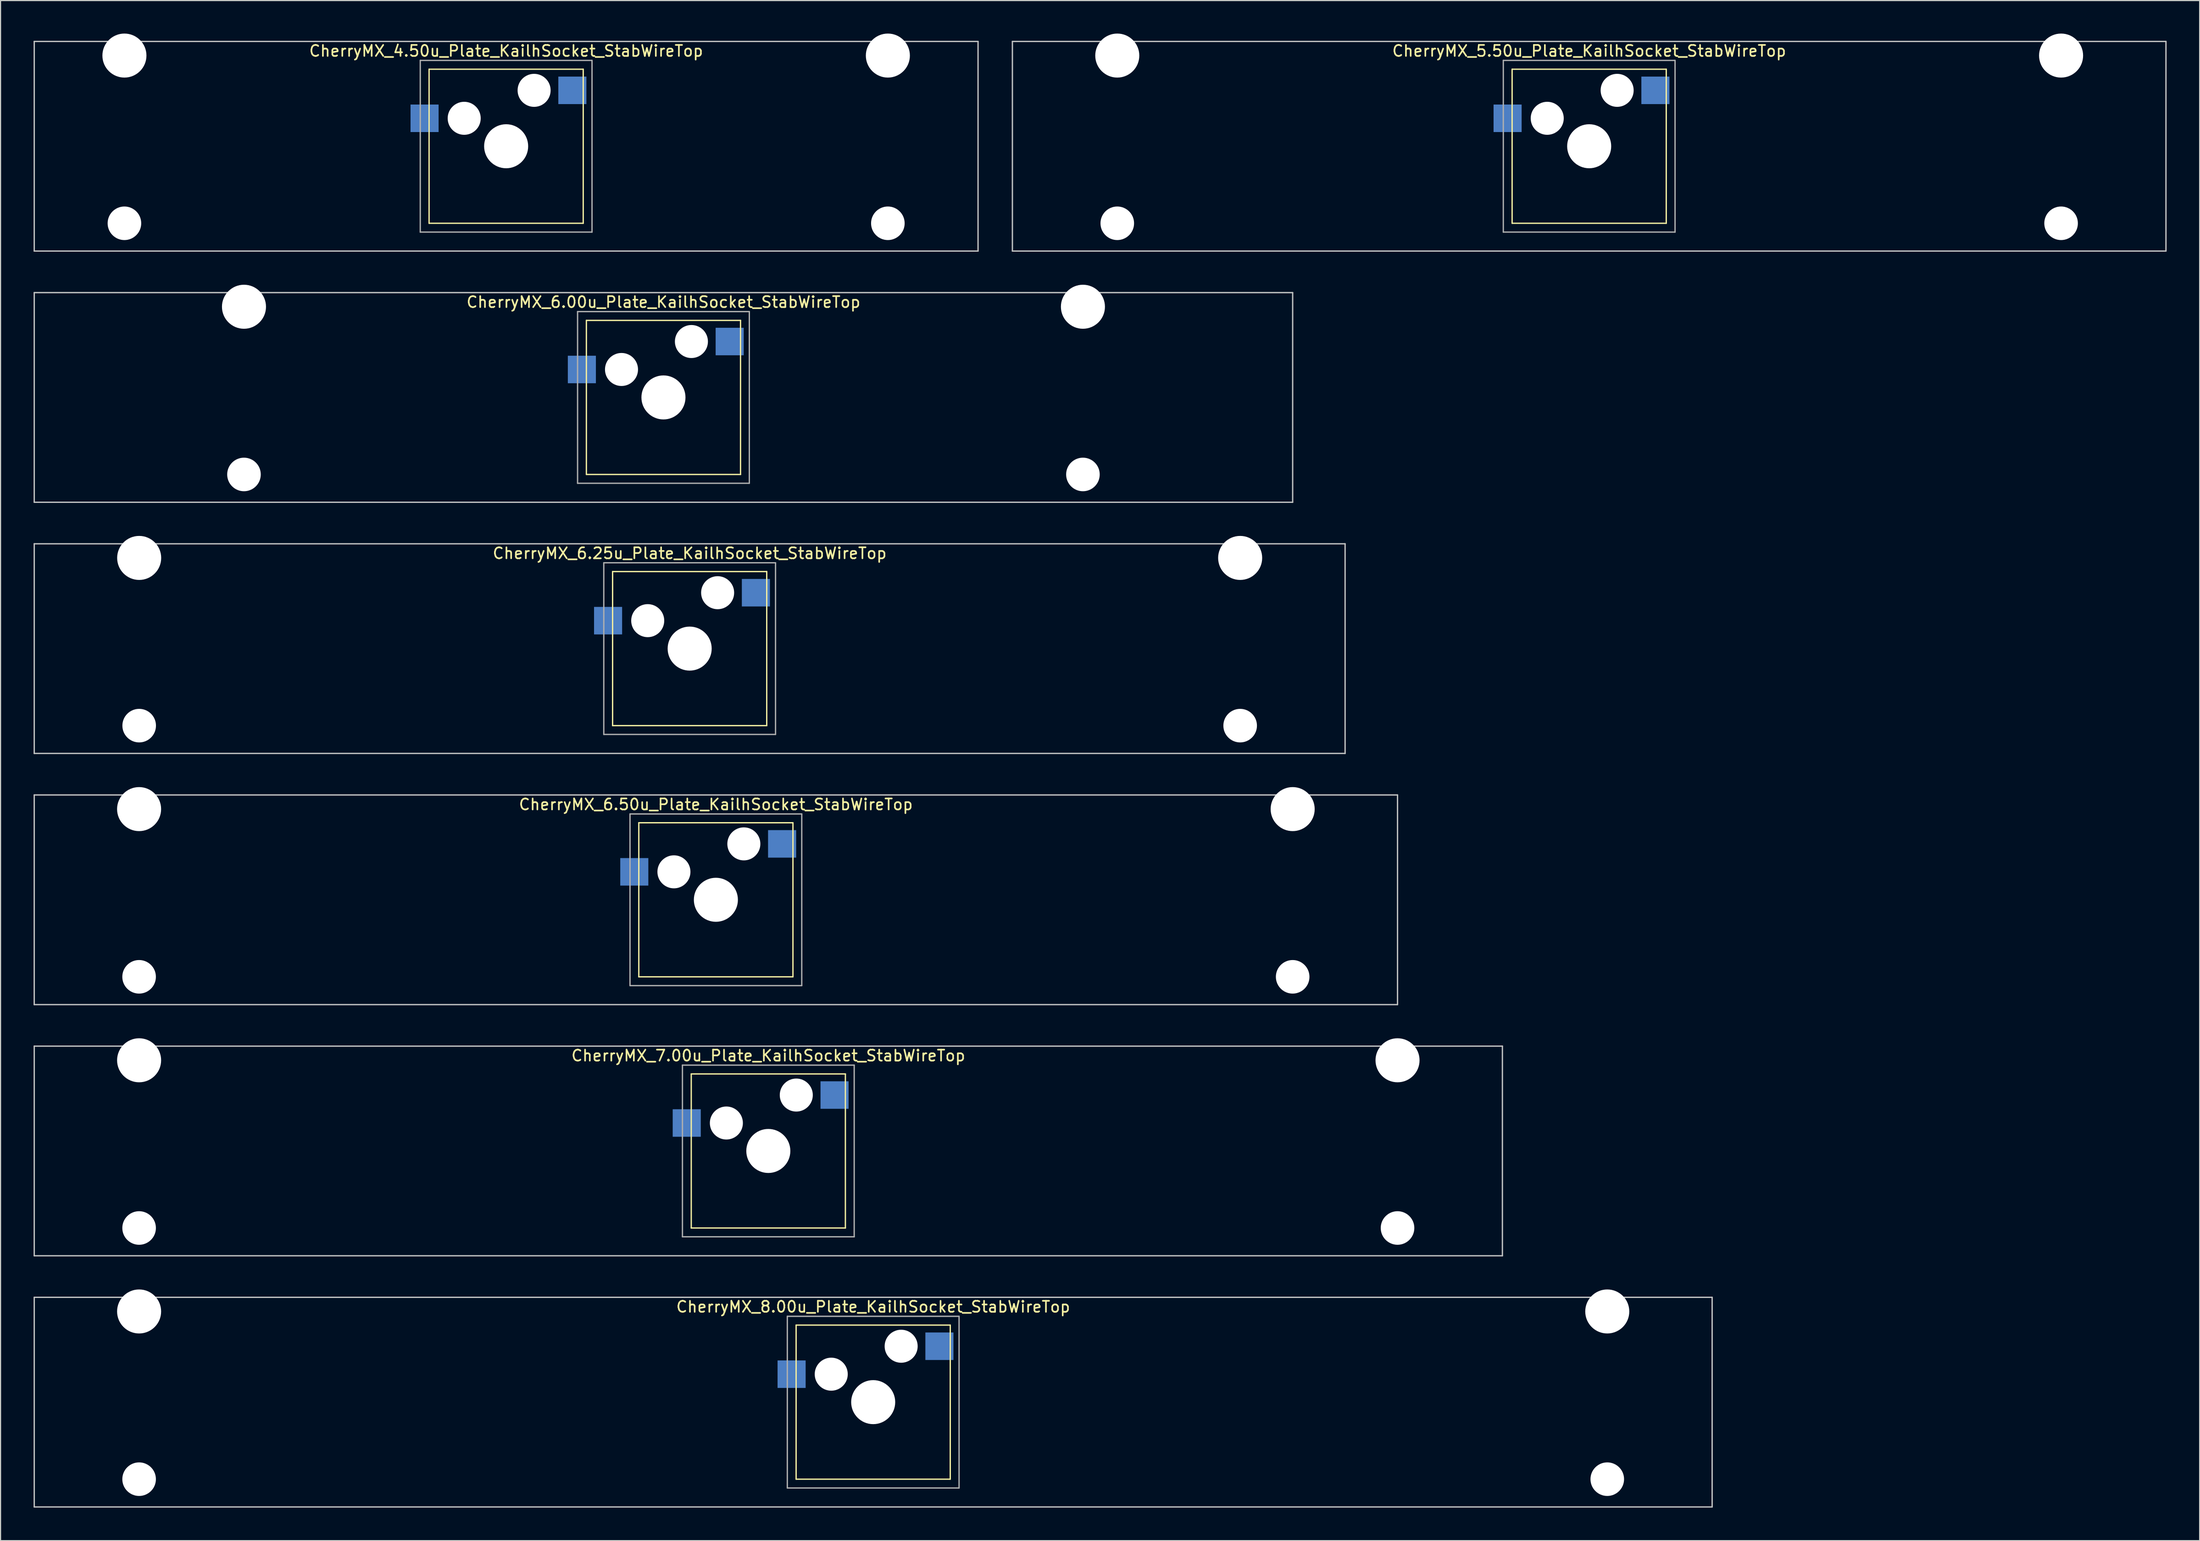
<source format=kicad_pcb>
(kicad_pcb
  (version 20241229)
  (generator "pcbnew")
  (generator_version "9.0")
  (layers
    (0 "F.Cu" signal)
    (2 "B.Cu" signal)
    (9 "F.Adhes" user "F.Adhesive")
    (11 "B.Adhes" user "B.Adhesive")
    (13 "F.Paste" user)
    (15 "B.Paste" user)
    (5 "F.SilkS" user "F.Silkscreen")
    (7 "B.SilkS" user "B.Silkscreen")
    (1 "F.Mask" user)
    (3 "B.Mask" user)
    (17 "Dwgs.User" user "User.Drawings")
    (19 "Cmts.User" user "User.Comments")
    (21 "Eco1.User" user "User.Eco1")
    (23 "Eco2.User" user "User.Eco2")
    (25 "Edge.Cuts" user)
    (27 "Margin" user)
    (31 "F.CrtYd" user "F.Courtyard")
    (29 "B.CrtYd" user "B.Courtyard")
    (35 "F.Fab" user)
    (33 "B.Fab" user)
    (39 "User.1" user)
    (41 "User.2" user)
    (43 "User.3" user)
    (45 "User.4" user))
  (footprint "CherryMX_6.25u_Plate_KailhSocket_StabWireTop"
    (layer "F.Cu")
    (at 59.591 55.89)
    (property "Reference" "CherryMX_6.25u_Plate_KailhSocket_StabWireTop" (at 0 -8.662 0) (layer "F.SilkS") (effects (font (size 1 1) (thickness 0.15))))
    (attr through_hole)
    (fp_line (start -7 -7) (end -7 7) (stroke (width 0.12) (type solid)) (layer "F.SilkS"))
    (fp_line (start -7 -7) (end 7 -7) (stroke (width 0.12) (type solid)) (layer "F.SilkS"))
    (fp_line (start 7 -7) (end 7 7) (stroke (width 0.12) (type solid)) (layer "F.SilkS"))
    (fp_line (start 7 7) (end -7 7) (stroke (width 0.12) (type solid)) (layer "F.SilkS"))
    (fp_line (start -59.531 -9.525) (end 59.531 -9.525) (stroke (width 0.12) (type solid)) (layer "Dwgs.User"))
    (fp_line (start -59.531 9.525) (end -59.531 -9.525) (stroke (width 0.12) (type solid)) (layer "Dwgs.User"))
    (fp_line (start 59.531 -9.525) (end 59.531 9.525) (stroke (width 0.12) (type solid)) (layer "Dwgs.User"))
    (fp_line (start 59.531 9.525) (end -59.531 9.525) (stroke (width 0.12) (type solid)) (layer "Dwgs.User"))
    (fp_line (start -7.8 -7.8) (end -7.8 7.8) (stroke (width 0.12) (type solid)) (layer "F.Fab"))
    (fp_line (start -7.8 -7.8) (end 7.8 -7.8) (stroke (width 0.12) (type solid)) (layer "F.Fab"))
    (fp_line (start -7.8 7.8) (end 7.8 7.8) (stroke (width 0.12) (type solid)) (layer "F.Fab"))
    (fp_line (start 7.8 -7.8) (end 7.8 7.8) (stroke (width 0.12) (type solid)) (layer "F.Fab"))
    (pad "" np_thru_hole circle (at -50 -8.24) (size 4 4) (drill 4) (layers "*.Cu" "*.Mask"))
    (pad "" np_thru_hole circle (at -50 7) (size 3.05 3.05) (drill 3.05) (layers "*.Cu" "*.Mask"))
    (pad "" np_thru_hole circle (at -3.81 -2.54) (size 3 3) (drill 3) (layers "*.Cu" "*.Mask"))
    (pad "" np_thru_hole circle (at 0 0) (size 4 4) (drill 4) (layers "*.Cu" "*.Mask"))
    (pad "" np_thru_hole circle (at 2.54 -5.08) (size 3 3) (drill 3) (layers "*.Cu" "*.Mask"))
    (pad "" np_thru_hole circle (at 50 -8.24) (size 4 4) (drill 4) (layers "*.Cu" "*.Mask"))
    (pad "" np_thru_hole circle (at 50 7) (size 3.05 3.05) (drill 3.05) (layers "*.Cu" "*.Mask"))
    (pad "1" smd rect (at -7.41 -2.54) (size 2.55 2.5) (layers "B.Cu" "B.Mask" "B.Paste"))
    (pad "2" smd rect (at 6.015 -5.08) (size 2.55 2.5) (layers "B.Cu" "B.Mask" "B.Paste")))
  (footprint "CherryMX_8.00u_Plate_KailhSocket_StabWireTop"
    (layer "F.Cu")
    (at 76.26 124.365)
    (property "Reference" "CherryMX_8.00u_Plate_KailhSocket_StabWireTop" (at 0 -8.662 0) (layer "F.SilkS") (effects (font (size 1 1) (thickness 0.15))))
    (attr through_hole)
    (fp_line (start -7 -7) (end -7 7) (stroke (width 0.12) (type solid)) (layer "F.SilkS"))
    (fp_line (start -7 -7) (end 7 -7) (stroke (width 0.12) (type solid)) (layer "F.SilkS"))
    (fp_line (start 7 -7) (end 7 7) (stroke (width 0.12) (type solid)) (layer "F.SilkS"))
    (fp_line (start 7 7) (end -7 7) (stroke (width 0.12) (type solid)) (layer "F.SilkS"))
    (fp_line (start -76.2 -9.525) (end 76.2 -9.525) (stroke (width 0.12) (type solid)) (layer "Dwgs.User"))
    (fp_line (start -76.2 9.525) (end -76.2 -9.525) (stroke (width 0.12) (type solid)) (layer "Dwgs.User"))
    (fp_line (start 76.2 -9.525) (end 76.2 9.525) (stroke (width 0.12) (type solid)) (layer "Dwgs.User"))
    (fp_line (start 76.2 9.525) (end -76.2 9.525) (stroke (width 0.12) (type solid)) (layer "Dwgs.User"))
    (fp_line (start -7.8 -7.8) (end -7.8 7.8) (stroke (width 0.12) (type solid)) (layer "F.Fab"))
    (fp_line (start -7.8 -7.8) (end 7.8 -7.8) (stroke (width 0.12) (type solid)) (layer "F.Fab"))
    (fp_line (start -7.8 7.8) (end 7.8 7.8) (stroke (width 0.12) (type solid)) (layer "F.Fab"))
    (fp_line (start 7.8 -7.8) (end 7.8 7.8) (stroke (width 0.12) (type solid)) (layer "F.Fab"))
    (pad "" np_thru_hole circle (at -66.675 -8.24) (size 4 4) (drill 4) (layers "*.Cu" "*.Mask"))
    (pad "" np_thru_hole circle (at -66.675 7) (size 3.05 3.05) (drill 3.05) (layers "*.Cu" "*.Mask"))
    (pad "" np_thru_hole circle (at -3.81 -2.54) (size 3 3) (drill 3) (layers "*.Cu" "*.Mask"))
    (pad "" np_thru_hole circle (at 0 0) (size 4 4) (drill 4) (layers "*.Cu" "*.Mask"))
    (pad "" np_thru_hole circle (at 2.54 -5.08) (size 3 3) (drill 3) (layers "*.Cu" "*.Mask"))
    (pad "" np_thru_hole circle (at 66.675 -8.24) (size 4 4) (drill 4) (layers "*.Cu" "*.Mask"))
    (pad "" np_thru_hole circle (at 66.675 7) (size 3.05 3.05) (drill 3.05) (layers "*.Cu" "*.Mask"))
    (pad "1" smd rect (at -7.41 -2.54) (size 2.55 2.5) (layers "B.Cu" "B.Mask" "B.Paste"))
    (pad "2" smd rect (at 6.015 -5.08) (size 2.55 2.5) (layers "B.Cu" "B.Mask" "B.Paste")))
  (footprint "CherryMX_6.00u_Plate_KailhSocket_StabWireTop"
    (layer "F.Cu")
    (at 57.21 33.065)
    (property "Reference" "CherryMX_6.00u_Plate_KailhSocket_StabWireTop" (at 0 -8.662 0) (layer "F.SilkS") (effects (font (size 1 1) (thickness 0.15))))
    (attr through_hole)
    (fp_line (start -7 -7) (end -7 7) (stroke (width 0.12) (type solid)) (layer "F.SilkS"))
    (fp_line (start -7 -7) (end 7 -7) (stroke (width 0.12) (type solid)) (layer "F.SilkS"))
    (fp_line (start 7 -7) (end 7 7) (stroke (width 0.12) (type solid)) (layer "F.SilkS"))
    (fp_line (start 7 7) (end -7 7) (stroke (width 0.12) (type solid)) (layer "F.SilkS"))
    (fp_line (start -57.15 -9.525) (end 57.15 -9.525) (stroke (width 0.12) (type solid)) (layer "Dwgs.User"))
    (fp_line (start -57.15 9.525) (end -57.15 -9.525) (stroke (width 0.12) (type solid)) (layer "Dwgs.User"))
    (fp_line (start 57.15 -9.525) (end 57.15 9.525) (stroke (width 0.12) (type solid)) (layer "Dwgs.User"))
    (fp_line (start 57.15 9.525) (end -57.15 9.525) (stroke (width 0.12) (type solid)) (layer "Dwgs.User"))
    (fp_line (start -7.8 -7.8) (end -7.8 7.8) (stroke (width 0.12) (type solid)) (layer "F.Fab"))
    (fp_line (start -7.8 -7.8) (end 7.8 -7.8) (stroke (width 0.12) (type solid)) (layer "F.Fab"))
    (fp_line (start -7.8 7.8) (end 7.8 7.8) (stroke (width 0.12) (type solid)) (layer "F.Fab"))
    (fp_line (start 7.8 -7.8) (end 7.8 7.8) (stroke (width 0.12) (type solid)) (layer "F.Fab"))
    (pad "" np_thru_hole circle (at -38.1 -8.24) (size 4 4) (drill 4) (layers "*.Cu" "*.Mask"))
    (pad "" np_thru_hole circle (at -38.1 7) (size 3.05 3.05) (drill 3.05) (layers "*.Cu" "*.Mask"))
    (pad "" np_thru_hole circle (at -3.81 -2.54) (size 3 3) (drill 3) (layers "*.Cu" "*.Mask"))
    (pad "" np_thru_hole circle (at 0 0) (size 4 4) (drill 4) (layers "*.Cu" "*.Mask"))
    (pad "" np_thru_hole circle (at 2.54 -5.08) (size 3 3) (drill 3) (layers "*.Cu" "*.Mask"))
    (pad "" np_thru_hole circle (at 38.1 -8.24) (size 4 4) (drill 4) (layers "*.Cu" "*.Mask"))
    (pad "" np_thru_hole circle (at 38.1 7) (size 3.05 3.05) (drill 3.05) (layers "*.Cu" "*.Mask"))
    (pad "1" smd rect (at -7.41 -2.54) (size 2.55 2.5) (layers "B.Cu" "B.Mask" "B.Paste"))
    (pad "2" smd rect (at 6.015 -5.08) (size 2.55 2.5) (layers "B.Cu" "B.Mask" "B.Paste")))
  (footprint "CherryMX_4.50u_Plate_KailhSocket_StabWireTop"
    (layer "F.Cu")
    (at 42.922 10.24)
    (property "Reference" "CherryMX_4.50u_Plate_KailhSocket_StabWireTop" (at 0 -8.662 0) (layer "F.SilkS") (effects (font (size 1 1) (thickness 0.15))))
    (attr through_hole)
    (fp_line (start -7 -7) (end -7 7) (stroke (width 0.12) (type solid)) (layer "F.SilkS"))
    (fp_line (start -7 -7) (end 7 -7) (stroke (width 0.12) (type solid)) (layer "F.SilkS"))
    (fp_line (start 7 -7) (end 7 7) (stroke (width 0.12) (type solid)) (layer "F.SilkS"))
    (fp_line (start 7 7) (end -7 7) (stroke (width 0.12) (type solid)) (layer "F.SilkS"))
    (fp_line (start -42.862 -9.525) (end 42.862 -9.525) (stroke (width 0.12) (type solid)) (layer "Dwgs.User"))
    (fp_line (start -42.862 9.525) (end -42.862 -9.525) (stroke (width 0.12) (type solid)) (layer "Dwgs.User"))
    (fp_line (start 42.862 -9.525) (end 42.862 9.525) (stroke (width 0.12) (type solid)) (layer "Dwgs.User"))
    (fp_line (start 42.862 9.525) (end -42.862 9.525) (stroke (width 0.12) (type solid)) (layer "Dwgs.User"))
    (fp_line (start -7.8 -7.8) (end -7.8 7.8) (stroke (width 0.12) (type solid)) (layer "F.Fab"))
    (fp_line (start -7.8 -7.8) (end 7.8 -7.8) (stroke (width 0.12) (type solid)) (layer "F.Fab"))
    (fp_line (start -7.8 7.8) (end 7.8 7.8) (stroke (width 0.12) (type solid)) (layer "F.Fab"))
    (fp_line (start 7.8 -7.8) (end 7.8 7.8) (stroke (width 0.12) (type solid)) (layer "F.Fab"))
    (pad "" np_thru_hole circle (at -34.671 -8.24) (size 4 4) (drill 4) (layers "*.Cu" "*.Mask"))
    (pad "" np_thru_hole circle (at -34.671 7) (size 3.05 3.05) (drill 3.05) (layers "*.Cu" "*.Mask"))
    (pad "" np_thru_hole circle (at -3.81 -2.54) (size 3 3) (drill 3) (layers "*.Cu" "*.Mask"))
    (pad "" np_thru_hole circle (at 0 0) (size 4 4) (drill 4) (layers "*.Cu" "*.Mask"))
    (pad "" np_thru_hole circle (at 2.54 -5.08) (size 3 3) (drill 3) (layers "*.Cu" "*.Mask"))
    (pad "" np_thru_hole circle (at 34.671 -8.24) (size 4 4) (drill 4) (layers "*.Cu" "*.Mask"))
    (pad "" np_thru_hole circle (at 34.671 7) (size 3.05 3.05) (drill 3.05) (layers "*.Cu" "*.Mask"))
    (pad "1" smd rect (at -7.41 -2.54) (size 2.55 2.5) (layers "B.Cu" "B.Mask" "B.Paste"))
    (pad "2" smd rect (at 6.015 -5.08) (size 2.55 2.5) (layers "B.Cu" "B.Mask" "B.Paste")))
  (footprint "CherryMX_5.50u_Plate_KailhSocket_StabWireTop"
    (layer "F.Cu")
    (at 141.292 10.24)
    (property "Reference" "CherryMX_5.50u_Plate_KailhSocket_StabWireTop" (at 0 -8.662 0) (layer "F.SilkS") (effects (font (size 1 1) (thickness 0.15))))
    (attr through_hole)
    (fp_line (start -7 -7) (end -7 7) (stroke (width 0.12) (type solid)) (layer "F.SilkS"))
    (fp_line (start -7 -7) (end 7 -7) (stroke (width 0.12) (type solid)) (layer "F.SilkS"))
    (fp_line (start 7 -7) (end 7 7) (stroke (width 0.12) (type solid)) (layer "F.SilkS"))
    (fp_line (start 7 7) (end -7 7) (stroke (width 0.12) (type solid)) (layer "F.SilkS"))
    (fp_line (start -52.388 -9.525) (end 52.388 -9.525) (stroke (width 0.12) (type solid)) (layer "Dwgs.User"))
    (fp_line (start -52.388 9.525) (end -52.388 -9.525) (stroke (width 0.12) (type solid)) (layer "Dwgs.User"))
    (fp_line (start 52.388 -9.525) (end 52.388 9.525) (stroke (width 0.12) (type solid)) (layer "Dwgs.User"))
    (fp_line (start 52.388 9.525) (end -52.388 9.525) (stroke (width 0.12) (type solid)) (layer "Dwgs.User"))
    (fp_line (start -7.8 -7.8) (end -7.8 7.8) (stroke (width 0.12) (type solid)) (layer "F.Fab"))
    (fp_line (start -7.8 -7.8) (end 7.8 -7.8) (stroke (width 0.12) (type solid)) (layer "F.Fab"))
    (fp_line (start -7.8 7.8) (end 7.8 7.8) (stroke (width 0.12) (type solid)) (layer "F.Fab"))
    (fp_line (start 7.8 -7.8) (end 7.8 7.8) (stroke (width 0.12) (type solid)) (layer "F.Fab"))
    (pad "" np_thru_hole circle (at -42.862 -8.24) (size 4 4) (drill 4) (layers "*.Cu" "*.Mask"))
    (pad "" np_thru_hole circle (at -42.862 7) (size 3.05 3.05) (drill 3.05) (layers "*.Cu" "*.Mask"))
    (pad "" np_thru_hole circle (at -3.81 -2.54) (size 3 3) (drill 3) (layers "*.Cu" "*.Mask"))
    (pad "" np_thru_hole circle (at 0 0) (size 4 4) (drill 4) (layers "*.Cu" "*.Mask"))
    (pad "" np_thru_hole circle (at 2.54 -5.08) (size 3 3) (drill 3) (layers "*.Cu" "*.Mask"))
    (pad "" np_thru_hole circle (at 42.862 -8.24) (size 4 4) (drill 4) (layers "*.Cu" "*.Mask"))
    (pad "" np_thru_hole circle (at 42.862 7) (size 3.05 3.05) (drill 3.05) (layers "*.Cu" "*.Mask"))
    (pad "1" smd rect (at -7.41 -2.54) (size 2.55 2.5) (layers "B.Cu" "B.Mask" "B.Paste"))
    (pad "2" smd rect (at 6.015 -5.08) (size 2.55 2.5) (layers "B.Cu" "B.Mask" "B.Paste")))
  (footprint "CherryMX_7.00u_Plate_KailhSocket_StabWireTop"
    (layer "F.Cu")
    (at 66.735 101.54)
    (property "Reference" "CherryMX_7.00u_Plate_KailhSocket_StabWireTop" (at 0 -8.662 0) (layer "F.SilkS") (effects (font (size 1 1) (thickness 0.15))))
    (attr through_hole)
    (fp_line (start -7 -7) (end -7 7) (stroke (width 0.12) (type solid)) (layer "F.SilkS"))
    (fp_line (start -7 -7) (end 7 -7) (stroke (width 0.12) (type solid)) (layer "F.SilkS"))
    (fp_line (start 7 -7) (end 7 7) (stroke (width 0.12) (type solid)) (layer "F.SilkS"))
    (fp_line (start 7 7) (end -7 7) (stroke (width 0.12) (type solid)) (layer "F.SilkS"))
    (fp_line (start -66.675 -9.525) (end 66.675 -9.525) (stroke (width 0.12) (type solid)) (layer "Dwgs.User"))
    (fp_line (start -66.675 9.525) (end -66.675 -9.525) (stroke (width 0.12) (type solid)) (layer "Dwgs.User"))
    (fp_line (start 66.675 -9.525) (end 66.675 9.525) (stroke (width 0.12) (type solid)) (layer "Dwgs.User"))
    (fp_line (start 66.675 9.525) (end -66.675 9.525) (stroke (width 0.12) (type solid)) (layer "Dwgs.User"))
    (fp_line (start -7.8 -7.8) (end -7.8 7.8) (stroke (width 0.12) (type solid)) (layer "F.Fab"))
    (fp_line (start -7.8 -7.8) (end 7.8 -7.8) (stroke (width 0.12) (type solid)) (layer "F.Fab"))
    (fp_line (start -7.8 7.8) (end 7.8 7.8) (stroke (width 0.12) (type solid)) (layer "F.Fab"))
    (fp_line (start 7.8 -7.8) (end 7.8 7.8) (stroke (width 0.12) (type solid)) (layer "F.Fab"))
    (pad "" np_thru_hole circle (at -57.15 -8.24) (size 4 4) (drill 4) (layers "*.Cu" "*.Mask"))
    (pad "" np_thru_hole circle (at -57.15 7) (size 3.05 3.05) (drill 3.05) (layers "*.Cu" "*.Mask"))
    (pad "" np_thru_hole circle (at -3.81 -2.54) (size 3 3) (drill 3) (layers "*.Cu" "*.Mask"))
    (pad "" np_thru_hole circle (at 0 0) (size 4 4) (drill 4) (layers "*.Cu" "*.Mask"))
    (pad "" np_thru_hole circle (at 2.54 -5.08) (size 3 3) (drill 3) (layers "*.Cu" "*.Mask"))
    (pad "" np_thru_hole circle (at 57.15 -8.24) (size 4 4) (drill 4) (layers "*.Cu" "*.Mask"))
    (pad "" np_thru_hole circle (at 57.15 7) (size 3.05 3.05) (drill 3.05) (layers "*.Cu" "*.Mask"))
    (pad "1" smd rect (at -7.41 -2.54) (size 2.55 2.5) (layers "B.Cu" "B.Mask" "B.Paste"))
    (pad "2" smd rect (at 6.015 -5.08) (size 2.55 2.5) (layers "B.Cu" "B.Mask" "B.Paste")))
  (footprint "CherryMX_6.50u_Plate_KailhSocket_StabWireTop"
    (layer "F.Cu")
    (at 61.972 78.715)
    (property "Reference" "CherryMX_6.50u_Plate_KailhSocket_StabWireTop" (at 0 -8.662 0) (layer "F.SilkS") (effects (font (size 1 1) (thickness 0.15))))
    (attr through_hole)
    (fp_line (start -7 -7) (end -7 7) (stroke (width 0.12) (type solid)) (layer "F.SilkS"))
    (fp_line (start -7 -7) (end 7 -7) (stroke (width 0.12) (type solid)) (layer "F.SilkS"))
    (fp_line (start 7 -7) (end 7 7) (stroke (width 0.12) (type solid)) (layer "F.SilkS"))
    (fp_line (start 7 7) (end -7 7) (stroke (width 0.12) (type solid)) (layer "F.SilkS"))
    (fp_line (start -61.913 -9.525) (end 61.913 -9.525) (stroke (width 0.12) (type solid)) (layer "Dwgs.User"))
    (fp_line (start -61.913 9.525) (end -61.913 -9.525) (stroke (width 0.12) (type solid)) (layer "Dwgs.User"))
    (fp_line (start 61.913 -9.525) (end 61.913 9.525) (stroke (width 0.12) (type solid)) (layer "Dwgs.User"))
    (fp_line (start 61.913 9.525) (end -61.913 9.525) (stroke (width 0.12) (type solid)) (layer "Dwgs.User"))
    (fp_line (start -7.8 -7.8) (end -7.8 7.8) (stroke (width 0.12) (type solid)) (layer "F.Fab"))
    (fp_line (start -7.8 -7.8) (end 7.8 -7.8) (stroke (width 0.12) (type solid)) (layer "F.Fab"))
    (fp_line (start -7.8 7.8) (end 7.8 7.8) (stroke (width 0.12) (type solid)) (layer "F.Fab"))
    (fp_line (start 7.8 -7.8) (end 7.8 7.8) (stroke (width 0.12) (type solid)) (layer "F.Fab"))
    (pad "" np_thru_hole circle (at -52.388 -8.24) (size 4 4) (drill 4) (layers "*.Cu" "*.Mask"))
    (pad "" np_thru_hole circle (at -52.388 7) (size 3.05 3.05) (drill 3.05) (layers "*.Cu" "*.Mask"))
    (pad "" np_thru_hole circle (at -3.81 -2.54) (size 3 3) (drill 3) (layers "*.Cu" "*.Mask"))
    (pad "" np_thru_hole circle (at 0 0) (size 4 4) (drill 4) (layers "*.Cu" "*.Mask"))
    (pad "" np_thru_hole circle (at 2.54 -5.08) (size 3 3) (drill 3) (layers "*.Cu" "*.Mask"))
    (pad "" np_thru_hole circle (at 52.388 -8.24) (size 4 4) (drill 4) (layers "*.Cu" "*.Mask"))
    (pad "" np_thru_hole circle (at 52.388 7) (size 3.05 3.05) (drill 3.05) (layers "*.Cu" "*.Mask"))
    (pad "1" smd rect (at -7.41 -2.54) (size 2.55 2.5) (layers "B.Cu" "B.Mask" "B.Paste"))
    (pad "2" smd rect (at 6.015 -5.08) (size 2.55 2.5) (layers "B.Cu" "B.Mask" "B.Paste")))
  (gr_rect
    (start -3 -3)
    (end 196.74 136.95)
    (stroke (width 0.1) (type default))
    (fill no)
    (layer "Edge.Cuts")))
</source>
